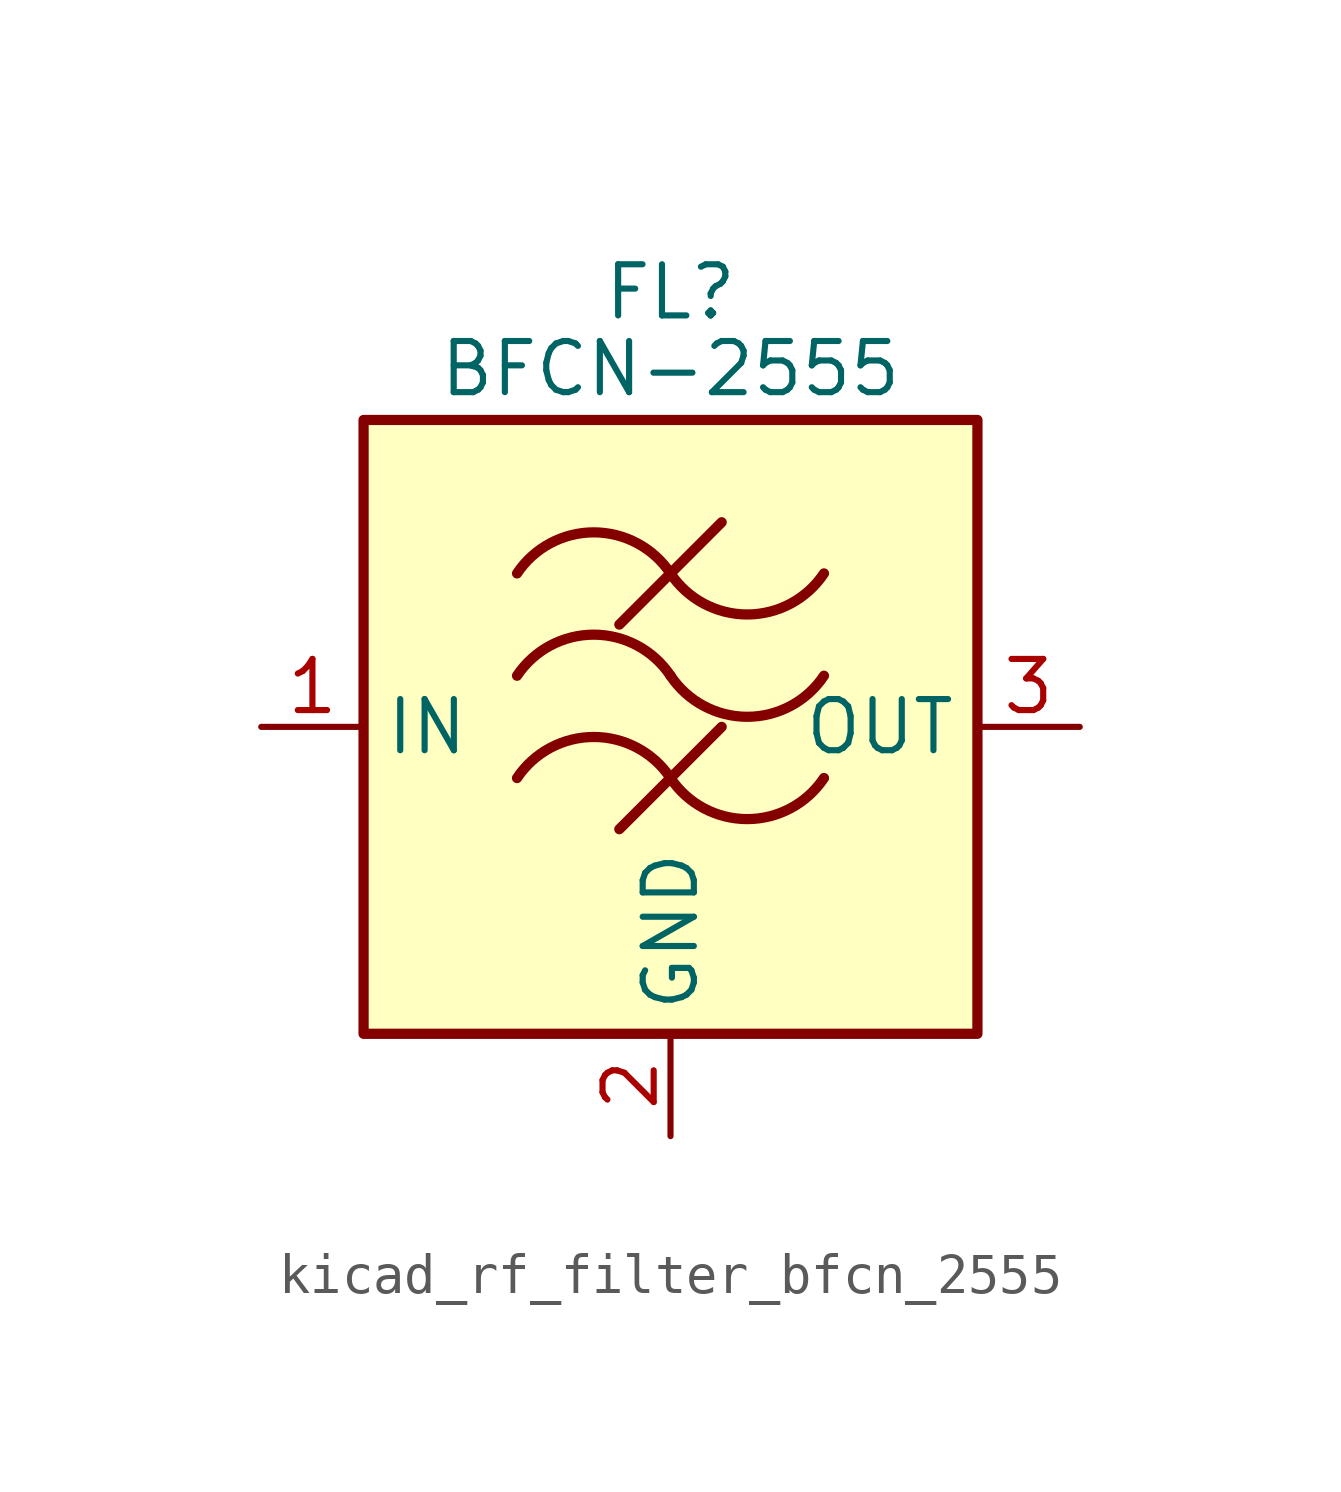
<source format=kicad_sym>
(kicad_symbol_lib
  (version 20220914)
  (generator kicad_symbol_editor)
  (symbol "kicad_rf_filter_bfcn_2555"
    (property "Reference" "FL"
      (at 0 10.795 0)
      (effects (font (size 1.27 1.27))))
    (property "Value" "BFCN-2555"
      (at 0 8.89 0)
      (effects (font (size 1.27 1.27))))
    (symbol "kicad_rf_filter_bfcn_2555_0_1"
      (rectangle (start -7.62 7.62) (end 7.62 -7.62) (stroke (width 0.254) (type default)) (fill (type background)))
      (arc (start 0 -1.27) (mid -1.905 -0.2505) (end -3.81 -1.27) (stroke (width 0.254) (type default)) (fill (type none)))
      (arc (start 0 -1.27) (mid 1.905 -2.2895) (end 3.81 -1.27) (stroke (width 0.254) (type default)) (fill (type none)))
      (polyline (pts (xy -1.27 -2.54) (xy 1.27 0)) (stroke (width 0.254) (type default)) (fill (type none)))
      (polyline (pts (xy -1.27 2.54) (xy 1.27 5.08)) (stroke (width 0.254) (type default)) (fill (type none)))
      (arc (start 0 1.27) (mid -1.905 2.2895) (end -3.81 1.27) (stroke (width 0.254) (type default)) (fill (type none)))
      (arc (start 0 1.27) (mid 1.905 0.2505) (end 3.81 1.27) (stroke (width 0.254) (type default)) (fill (type none)))
      (arc (start 0 3.81) (mid -1.905 4.8295) (end -3.81 3.81) (stroke (width 0.254) (type default)) (fill (type none)))
      (arc (start 0 3.81) (mid 1.905 2.7905) (end 3.81 3.81) (stroke (width 0.254) (type default)) (fill (type none))))
    (symbol "kicad_rf_filter_bfcn_2555_1_1"
      (pin passive line (at -10.16 0 0) (length 2.54) (name "IN" (effects (font (size 1.27 1.27)))) (number "1" (effects (font (size 1.27 1.27)))))
      (pin passive line (at 0 -10.16 90) (length 2.54) (name "GND" (effects (font (size 1.27 1.27)))) (number "2" (effects (font (size 1.27 1.27)))))
      (pin passive line (at 10.16 0 180) (length 2.54) (name "OUT" (effects (font (size 1.27 1.27)))) (number "3" (effects (font (size 1.27 1.27)))))
      (pin passive line (at 0 -10.16 90) (length 2.54) hide (name "GND" (effects (font (size 1.27 1.27)))) (number "4" (effects (font (size 1.27 1.27)))))
      (pin passive line (at 0 -10.16 90) (length 2.54) hide (name "GND" (effects (font (size 1.27 1.27)))) (number "5" (effects (font (size 1.27 1.27)))))
      (pin passive line (at 0 -10.16 90) (length 2.54) hide (name "GND" (effects (font (size 1.27 1.27)))) (number "6" (effects (font (size 1.27 1.27))))))))
</source>
